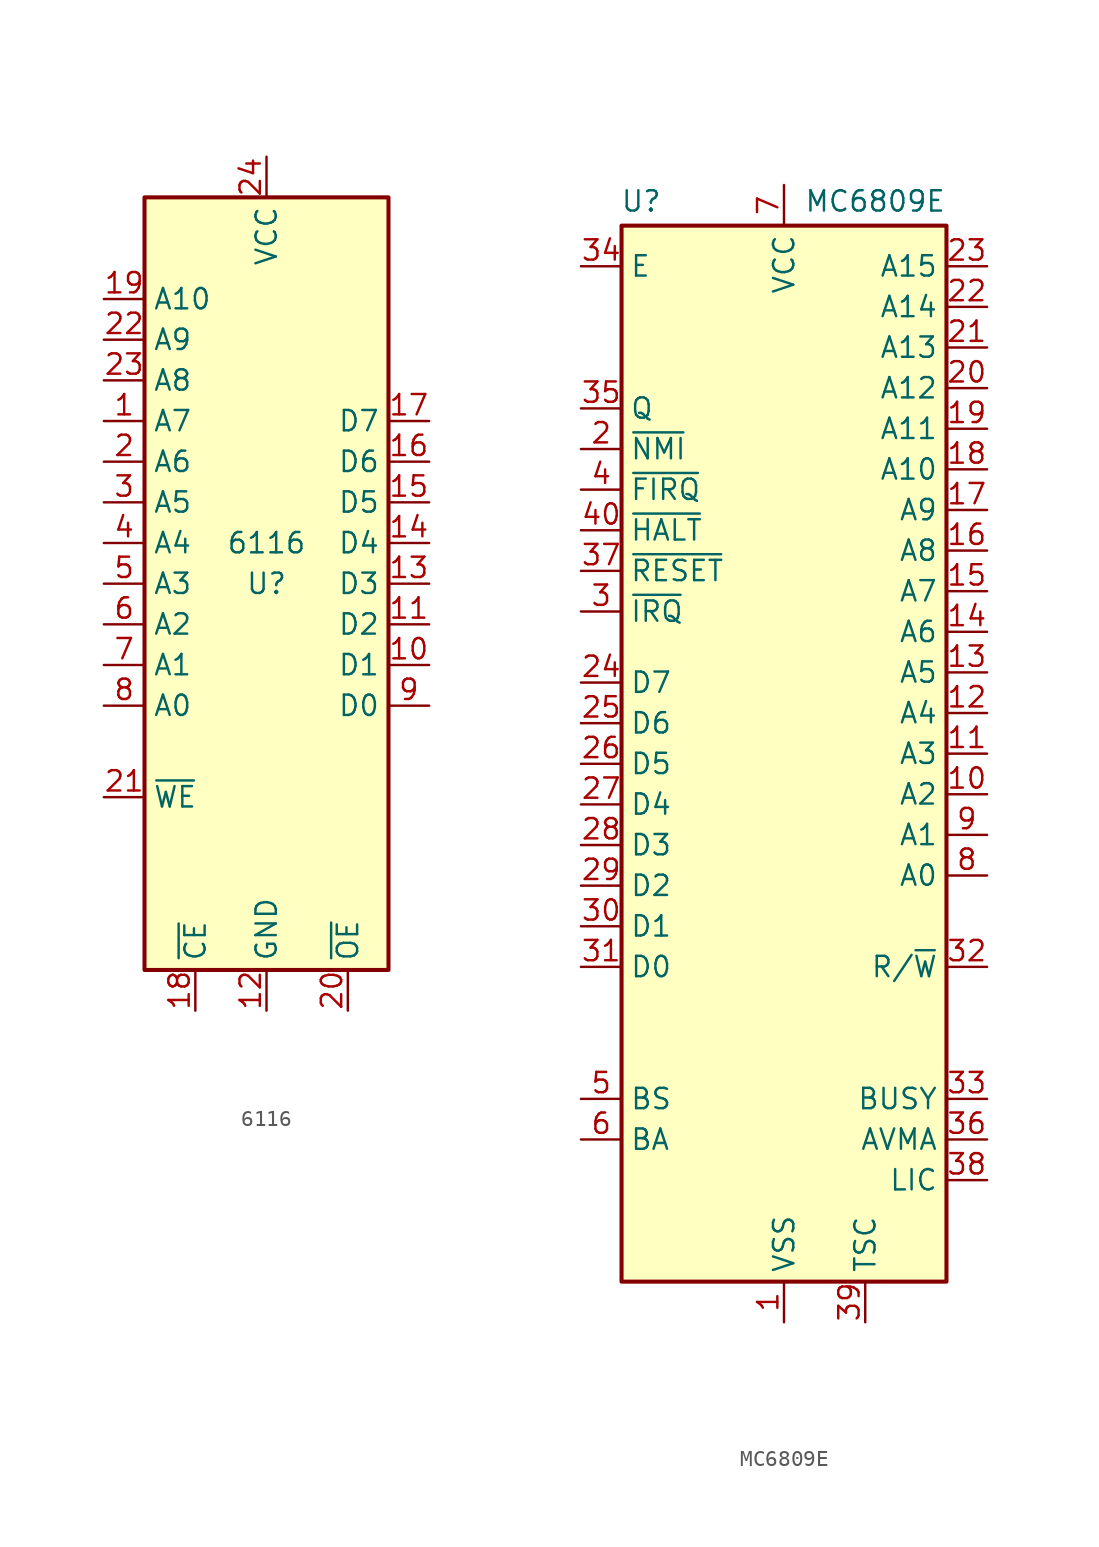
<source format=kicad_sym>
(kicad_symbol_lib
  (version 20211014)
  (generator kicad_symbol_editor)
  (symbol "6116"
    (property "Reference" "U"
      (at 1.905 -1.27 0)
      (effects (font (size 1.27 1.27))))
    (property "Value" "6116"
      (at 1.905 1.27 0)
      (effects (font (size 1.27 1.27))))
    (symbol "6116_1_1"
      (rectangle (start -5.715 22.86) (end 9.525 -25.4) (stroke (width 0.254) (type default) (color 0 0 0 0)) (fill (type background)))
      (pin input line (at -8.255 8.89 0) (length 2.54) (name "A7" (effects (font (size 1.27 1.27)))) (number "1" (effects (font (size 1.27 1.27)))))
      (pin bidirectional line (at 12.065 -6.35 180) (length 2.54) (name "D1" (effects (font (size 1.27 1.27)))) (number "10" (effects (font (size 1.27 1.27)))))
      (pin bidirectional line (at 12.065 -3.81 180) (length 2.54) (name "D2" (effects (font (size 1.27 1.27)))) (number "11" (effects (font (size 1.27 1.27)))))
      (pin power_in line (at 1.905 -27.94 90) (length 2.54) (name "GND" (effects (font (size 1.27 1.27)))) (number "12" (effects (font (size 1.27 1.27)))))
      (pin bidirectional line (at 12.065 -1.27 180) (length 2.54) (name "D3" (effects (font (size 1.27 1.27)))) (number "13" (effects (font (size 1.27 1.27)))))
      (pin bidirectional line (at 12.065 1.27 180) (length 2.54) (name "D4" (effects (font (size 1.27 1.27)))) (number "14" (effects (font (size 1.27 1.27)))))
      (pin bidirectional line (at 12.065 3.81 180) (length 2.54) (name "D5" (effects (font (size 1.27 1.27)))) (number "15" (effects (font (size 1.27 1.27)))))
      (pin bidirectional line (at 12.065 6.35 180) (length 2.54) (name "D6" (effects (font (size 1.27 1.27)))) (number "16" (effects (font (size 1.27 1.27)))))
      (pin bidirectional line (at 12.065 8.89 180) (length 2.54) (name "D7" (effects (font (size 1.27 1.27)))) (number "17" (effects (font (size 1.27 1.27)))))
      (pin input line (at -2.54 -27.94 90) (length 2.54) (name "~{CE}" (effects (font (size 1.27 1.27)))) (number "18" (effects (font (size 1.27 1.27)))))
      (pin input line (at -8.255 16.51 0) (length 2.54) (name "A10" (effects (font (size 1.27 1.27)))) (number "19" (effects (font (size 1.27 1.27)))))
      (pin input line (at -8.255 6.35 0) (length 2.54) (name "A6" (effects (font (size 1.27 1.27)))) (number "2" (effects (font (size 1.27 1.27)))))
      (pin input line (at 6.985 -27.94 90) (length 2.54) (name "~{OE}" (effects (font (size 1.27 1.27)))) (number "20" (effects (font (size 1.27 1.27)))))
      (pin input line (at -8.255 -14.605 0) (length 2.54) (name "~{WE}" (effects (font (size 1.27 1.27)))) (number "21" (effects (font (size 1.27 1.27)))))
      (pin input line (at -8.255 13.97 0) (length 2.54) (name "A9" (effects (font (size 1.27 1.27)))) (number "22" (effects (font (size 1.27 1.27)))))
      (pin input line (at -8.255 11.43 0) (length 2.54) (name "A8" (effects (font (size 1.27 1.27)))) (number "23" (effects (font (size 1.27 1.27)))))
      (pin power_in line (at 1.905 25.4 270) (length 2.54) (name "VCC" (effects (font (size 1.27 1.27)))) (number "24" (effects (font (size 1.27 1.27)))))
      (pin input line (at -8.255 3.81 0) (length 2.54) (name "A5" (effects (font (size 1.27 1.27)))) (number "3" (effects (font (size 1.27 1.27)))))
      (pin input line (at -8.255 1.27 0) (length 2.54) (name "A4" (effects (font (size 1.27 1.27)))) (number "4" (effects (font (size 1.27 1.27)))))
      (pin input line (at -8.255 -1.27 0) (length 2.54) (name "A3" (effects (font (size 1.27 1.27)))) (number "5" (effects (font (size 1.27 1.27)))))
      (pin input line (at -8.255 -3.81 0) (length 2.54) (name "A2" (effects (font (size 1.27 1.27)))) (number "6" (effects (font (size 1.27 1.27)))))
      (pin input line (at -8.255 -6.35 0) (length 2.54) (name "A1" (effects (font (size 1.27 1.27)))) (number "7" (effects (font (size 1.27 1.27)))))
      (pin input line (at -8.255 -8.89 0) (length 2.54) (name "A0" (effects (font (size 1.27 1.27)))) (number "8" (effects (font (size 1.27 1.27)))))
      (pin bidirectional line (at 12.065 -8.89 180) (length 2.54) (name "D0" (effects (font (size 1.27 1.27)))) (number "9" (effects (font (size 1.27 1.27)))))))
  (symbol "MC6809E"
    (property "Reference" "U"
      (at -7.62 34.544 0)
      (effects (font (size 1.27 1.27)) (justify right)))
    (property "Value" "MC6809E"
      (at 10.16 34.544 0)
      (effects (font (size 1.27 1.27)) (justify right)))
    (symbol "MC6809E_0_1"
      (rectangle (start -10.16 -33.02) (end 10.16 33.02) (stroke (width 0.254) (type default) (color 0 0 0 0)) (fill (type background))))
    (symbol "MC6809E_1_1"
      (pin power_in line (at 0 -35.56 90) (length 2.54) (name "VSS" (effects (font (size 1.27 1.27)))) (number "1" (effects (font (size 1.27 1.27)))))
      (pin output line (at 12.7 -2.54 180) (length 2.54) (name "A2" (effects (font (size 1.27 1.27)))) (number "10" (effects (font (size 1.27 1.27)))))
      (pin output line (at 12.7 0 180) (length 2.54) (name "A3" (effects (font (size 1.27 1.27)))) (number "11" (effects (font (size 1.27 1.27)))))
      (pin output line (at 12.7 2.54 180) (length 2.54) (name "A4" (effects (font (size 1.27 1.27)))) (number "12" (effects (font (size 1.27 1.27)))))
      (pin output line (at 12.7 5.08 180) (length 2.54) (name "A5" (effects (font (size 1.27 1.27)))) (number "13" (effects (font (size 1.27 1.27)))))
      (pin output line (at 12.7 7.62 180) (length 2.54) (name "A6" (effects (font (size 1.27 1.27)))) (number "14" (effects (font (size 1.27 1.27)))))
      (pin output line (at 12.7 10.16 180) (length 2.54) (name "A7" (effects (font (size 1.27 1.27)))) (number "15" (effects (font (size 1.27 1.27)))))
      (pin output line (at 12.7 12.7 180) (length 2.54) (name "A8" (effects (font (size 1.27 1.27)))) (number "16" (effects (font (size 1.27 1.27)))))
      (pin output line (at 12.7 15.24 180) (length 2.54) (name "A9" (effects (font (size 1.27 1.27)))) (number "17" (effects (font (size 1.27 1.27)))))
      (pin output line (at 12.7 17.78 180) (length 2.54) (name "A10" (effects (font (size 1.27 1.27)))) (number "18" (effects (font (size 1.27 1.27)))))
      (pin output line (at 12.7 20.32 180) (length 2.54) (name "A11" (effects (font (size 1.27 1.27)))) (number "19" (effects (font (size 1.27 1.27)))))
      (pin input line (at -12.7 19.05 0) (length 2.54) (name "~{NMI}" (effects (font (size 1.27 1.27)))) (number "2" (effects (font (size 1.27 1.27)))))
      (pin output line (at 12.7 22.86 180) (length 2.54) (name "A12" (effects (font (size 1.27 1.27)))) (number "20" (effects (font (size 1.27 1.27)))))
      (pin output line (at 12.7 25.4 180) (length 2.54) (name "A13" (effects (font (size 1.27 1.27)))) (number "21" (effects (font (size 1.27 1.27)))))
      (pin output line (at 12.7 27.94 180) (length 2.54) (name "A14" (effects (font (size 1.27 1.27)))) (number "22" (effects (font (size 1.27 1.27)))))
      (pin output line (at 12.7 30.48 180) (length 2.54) (name "A15" (effects (font (size 1.27 1.27)))) (number "23" (effects (font (size 1.27 1.27)))))
      (pin bidirectional line (at -12.7 4.445 0) (length 2.54) (name "D7" (effects (font (size 1.27 1.27)))) (number "24" (effects (font (size 1.27 1.27)))))
      (pin bidirectional line (at -12.7 1.905 0) (length 2.54) (name "D6" (effects (font (size 1.27 1.27)))) (number "25" (effects (font (size 1.27 1.27)))))
      (pin bidirectional line (at -12.7 -0.635 0) (length 2.54) (name "D5" (effects (font (size 1.27 1.27)))) (number "26" (effects (font (size 1.27 1.27)))))
      (pin bidirectional line (at -12.7 -3.175 0) (length 2.54) (name "D4" (effects (font (size 1.27 1.27)))) (number "27" (effects (font (size 1.27 1.27)))))
      (pin bidirectional line (at -12.7 -5.715 0) (length 2.54) (name "D3" (effects (font (size 1.27 1.27)))) (number "28" (effects (font (size 1.27 1.27)))))
      (pin bidirectional line (at -12.7 -8.255 0) (length 2.54) (name "D2" (effects (font (size 1.27 1.27)))) (number "29" (effects (font (size 1.27 1.27)))))
      (pin input line (at -12.7 8.89 0) (length 2.54) (name "~{IRQ}" (effects (font (size 1.27 1.27)))) (number "3" (effects (font (size 1.27 1.27)))))
      (pin bidirectional line (at -12.7 -10.795 0) (length 2.54) (name "D1" (effects (font (size 1.27 1.27)))) (number "30" (effects (font (size 1.27 1.27)))))
      (pin bidirectional line (at -12.7 -13.335 0) (length 2.54) (name "D0" (effects (font (size 1.27 1.27)))) (number "31" (effects (font (size 1.27 1.27)))))
      (pin output line (at 12.7 -13.335 180) (length 2.54) (name "R/~{W}" (effects (font (size 1.27 1.27)))) (number "32" (effects (font (size 1.27 1.27)))))
      (pin output line (at 12.7 -21.59 180) (length 2.54) (name "BUSY" (effects (font (size 1.27 1.27)))) (number "33" (effects (font (size 1.27 1.27)))))
      (pin input line (at -12.7 30.48 0) (length 2.54) (name "E" (effects (font (size 1.27 1.27)))) (number "34" (effects (font (size 1.27 1.27)))))
      (pin input line (at -12.7 21.59 0) (length 2.54) (name "Q" (effects (font (size 1.27 1.27)))) (number "35" (effects (font (size 1.27 1.27)))))
      (pin output line (at 12.7 -24.13 180) (length 2.54) (name "AVMA" (effects (font (size 1.27 1.27)))) (number "36" (effects (font (size 1.27 1.27)))))
      (pin input line (at -12.7 11.43 0) (length 2.54) (name "~{RESET}" (effects (font (size 1.27 1.27)))) (number "37" (effects (font (size 1.27 1.27)))))
      (pin output line (at 12.7 -26.67 180) (length 2.54) (name "LIC" (effects (font (size 1.27 1.27)))) (number "38" (effects (font (size 1.27 1.27)))))
      (pin input line (at 5.08 -35.56 90) (length 2.54) (name "TSC" (effects (font (size 1.27 1.27)))) (number "39" (effects (font (size 1.27 1.27)))))
      (pin input line (at -12.7 16.51 0) (length 2.54) (name "~{FIRQ}" (effects (font (size 1.27 1.27)))) (number "4" (effects (font (size 1.27 1.27)))))
      (pin input line (at -12.7 13.97 0) (length 2.54) (name "~{HALT}" (effects (font (size 1.27 1.27)))) (number "40" (effects (font (size 1.27 1.27)))))
      (pin output line (at -12.7 -21.59 0) (length 2.54) (name "BS" (effects (font (size 1.27 1.27)))) (number "5" (effects (font (size 1.27 1.27)))))
      (pin output line (at -12.7 -24.13 0) (length 2.54) (name "BA" (effects (font (size 1.27 1.27)))) (number "6" (effects (font (size 1.27 1.27)))))
      (pin power_in line (at 0 35.56 270) (length 2.54) (name "VCC" (effects (font (size 1.27 1.27)))) (number "7" (effects (font (size 1.27 1.27)))))
      (pin output line (at 12.7 -7.62 180) (length 2.54) (name "A0" (effects (font (size 1.27 1.27)))) (number "8" (effects (font (size 1.27 1.27)))))
      (pin output line (at 12.7 -5.08 180) (length 2.54) (name "A1" (effects (font (size 1.27 1.27)))) (number "9" (effects (font (size 1.27 1.27))))))))
</source>
